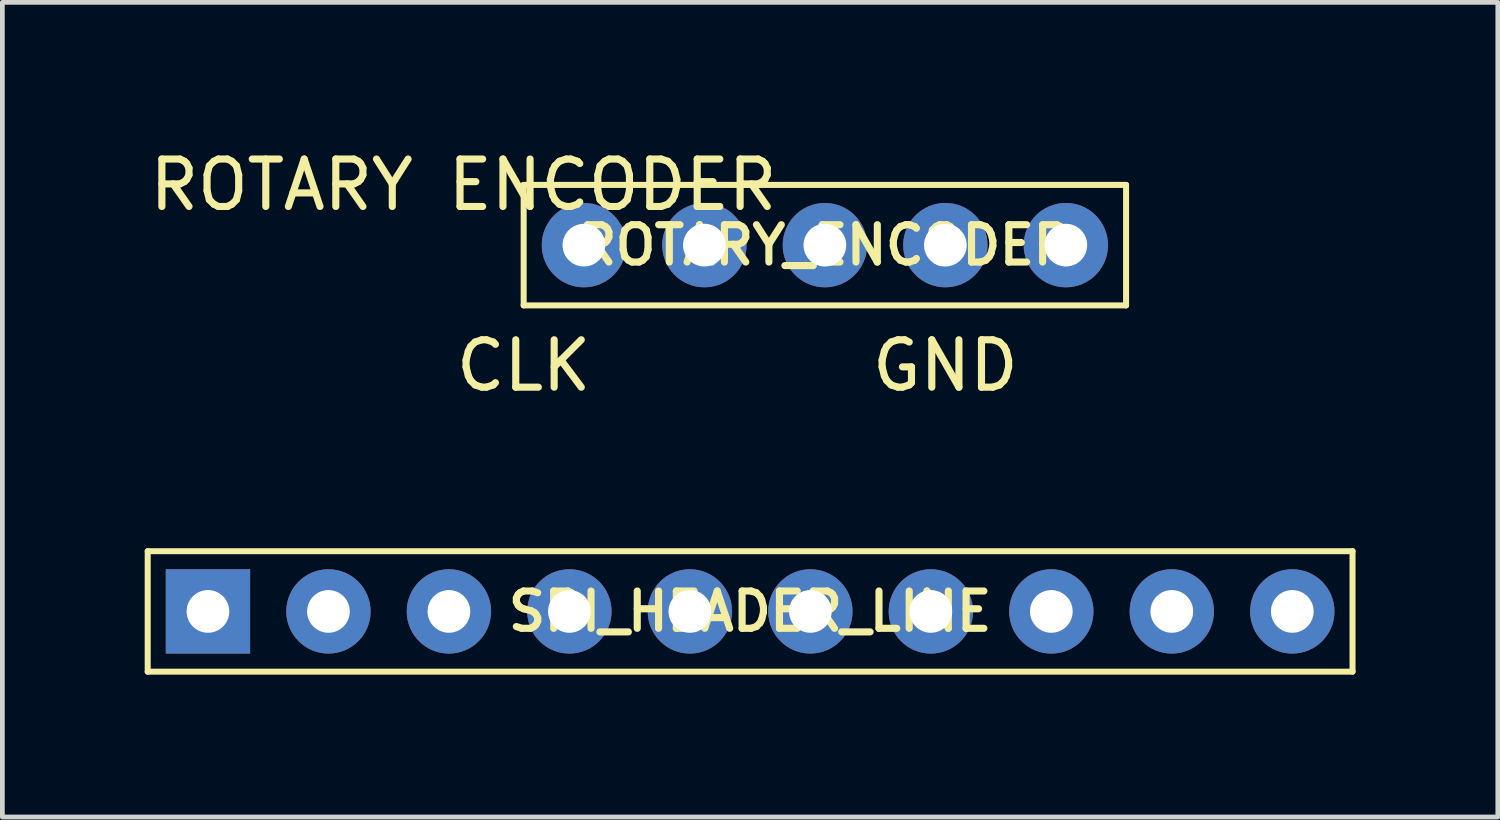
<source format=kicad_pcb>
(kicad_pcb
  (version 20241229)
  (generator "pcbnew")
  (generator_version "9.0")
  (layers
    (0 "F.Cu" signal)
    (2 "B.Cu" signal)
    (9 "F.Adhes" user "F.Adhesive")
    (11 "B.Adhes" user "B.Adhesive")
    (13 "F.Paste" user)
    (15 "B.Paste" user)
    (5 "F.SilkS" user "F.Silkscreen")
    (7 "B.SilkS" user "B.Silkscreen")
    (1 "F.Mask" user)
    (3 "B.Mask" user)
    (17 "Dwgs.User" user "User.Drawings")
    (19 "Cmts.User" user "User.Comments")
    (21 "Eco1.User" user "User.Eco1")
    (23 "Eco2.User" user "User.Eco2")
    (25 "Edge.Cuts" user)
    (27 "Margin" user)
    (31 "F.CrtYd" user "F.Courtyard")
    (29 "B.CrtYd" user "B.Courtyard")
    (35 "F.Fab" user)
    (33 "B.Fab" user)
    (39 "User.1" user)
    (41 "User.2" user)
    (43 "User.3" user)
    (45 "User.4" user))
  (footprint "ROTARY_ENCODER"
    (layer "F.Cu")
    (at 14.34 2.118)
    (property "Reference" "ROTARY_ENCODER" (at 0 0 0) (layer "F.SilkS") (effects (font (size 0.787 0.787) (thickness 0.15))))
    (attr through_hole)
    (fp_line (start -6.35 -1.27) (end 6.35 -1.27) (stroke (width 0.127) (type solid)) (layer "F.SilkS"))
    (fp_line (start -6.35 1.27) (end -6.35 -1.27) (stroke (width 0.127) (type solid)) (layer "F.SilkS"))
    (fp_line (start 6.35 -1.27) (end 6.35 1.27) (stroke (width 0.127) (type solid)) (layer "F.SilkS"))
    (fp_line (start 6.35 1.27) (end -6.35 1.27) (stroke (width 0.127) (type solid)) (layer "F.SilkS"))
    (fp_text user "GND" (at 2.54 2.54 0) (layer "F.SilkS") (effects (font (size 1 1) (thickness 0.15))))
    (fp_text user "ROTARY ENCODER" (at -7.62 -1.27 0) (layer "F.SilkS") (effects (font (size 1 1) (thickness 0.15))))
    (fp_text user "CLK" (at -6.35 2.54 0) (layer "F.SilkS") (effects (font (size 1 1) (thickness 0.15))))
    (pad "+" thru_hole circle (at 2.54 0) (size 1.778 1.778) (drill 0.9) (layers "*.Cu" "*.Mask"))
    (pad "CLK" thru_hole circle (at -5.08 0) (size 1.778 1.778) (drill 0.9) (layers "*.Cu" "*.Mask"))
    (pad "DT" thru_hole circle (at -2.54 0) (size 1.778 1.778) (drill 0.9) (layers "*.Cu" "*.Mask"))
    (pad "GND" thru_hole circle (at 5.08 0) (size 1.778 1.778) (drill 0.9) (layers "*.Cu" "*.Mask"))
    (pad "SW" thru_hole circle (at 0 0) (size 1.778 1.778) (drill 0.9) (layers "*.Cu" "*.Mask")))
  (footprint "SPI_HEADER_LINE"
    (layer "F.Cu")
    (at 12.764 9.84)
    (property "Reference" "SPI_HEADER_LINE" (at 0 0 0) (layer "F.SilkS") (effects (font (size 0.787 0.787) (thickness 0.15))))
    (attr through_hole)
    (fp_line (start -12.7 -1.27) (end -12.7 1.27) (stroke (width 0.127) (type solid)) (layer "F.SilkS"))
    (fp_line (start -12.7 -1.27) (end 12.7 -1.27) (stroke (width 0.127) (type solid)) (layer "F.SilkS"))
    (fp_line (start -12.7 1.27) (end 12.7 1.27) (stroke (width 0.127) (type solid)) (layer "F.SilkS"))
    (fp_line (start 12.7 1.27) (end 12.7 -1.27) (stroke (width 0.127) (type solid)) (layer "F.SilkS"))
    (pad "3V3" thru_hole rect (at -11.43 0) (size 1.778 1.778) (drill 0.9) (layers "*.Cu" "*.Mask"))
    (pad "5V" thru_hole circle (at -8.89 0) (size 1.778 1.778) (drill 0.9) (layers "*.Cu" "*.Mask"))
    (pad "GND" thru_hole circle (at -6.35 0) (size 1.778 1.778) (drill 0.9) (layers "*.Cu" "*.Mask"))
    (pad "MISO" thru_hole circle (at 1.27 0) (size 1.778 1.778) (drill 0.9) (layers "*.Cu" "*.Mask"))
    (pad "MOSI" thru_hole circle (at -1.27 0) (size 1.778 1.778) (drill 0.9) (layers "*.Cu" "*.Mask"))
    (pad "SCK" thru_hole circle (at -3.81 0) (size 1.778 1.778) (drill 0.9) (layers "*.Cu" "*.Mask"))
    (pad "SD_CS" thru_hole circle (at 3.81 0) (size 1.778 1.778) (drill 0.9) (layers "*.Cu" "*.Mask"))
    (pad "SPKR" thru_hole circle (at 11.43 0) (size 1.778 1.778) (drill 0.9) (layers "*.Cu" "*.Mask"))
    (pad "TFT_CS" thru_hole circle (at 6.35 0) (size 1.778 1.778) (drill 0.9) (layers "*.Cu" "*.Mask"))
    (pad "TFT_DC" thru_hole circle (at 8.89 0) (size 1.778 1.778) (drill 0.9) (layers "*.Cu" "*.Mask")))
  (gr_rect
    (start -3 -3)
    (end 28.527 14.174)
    (stroke (width 0.1) (type default))
    (fill no)
    (layer "Edge.Cuts")))
</source>
